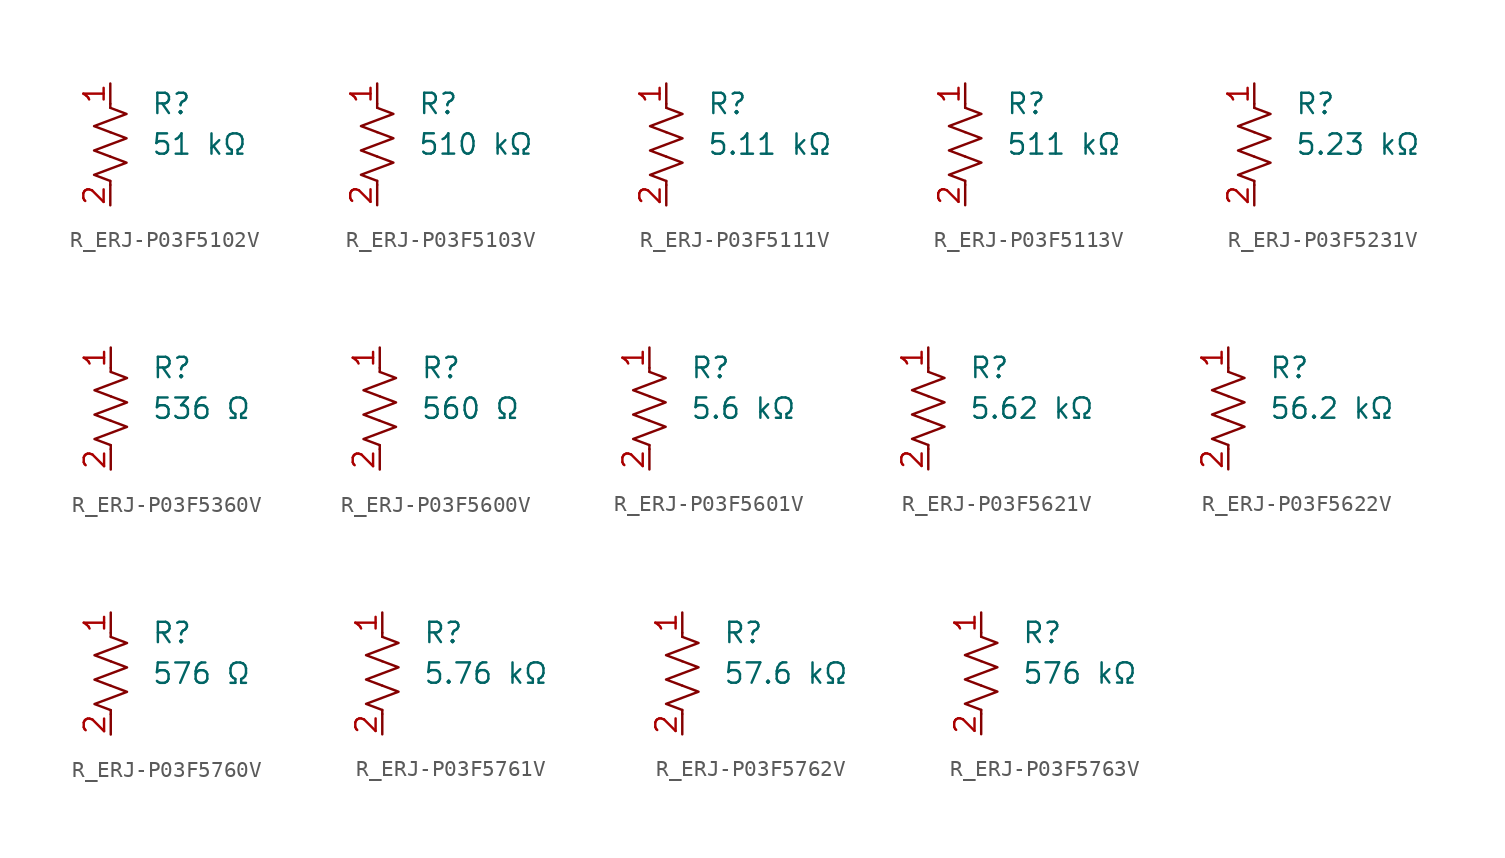
<source format=kicad_sym>
(kicad_symbol_lib
  (version 20231120)
  (generator "kicad_symbol_editor")
  (generator_version "8.0")
  (symbol "R_ERJ-P03F5102V"
    (pin_names
      (offset 0.254))
    (property "Value" "51 kΩ"
      (at 2.54 0 0)
      (effects (font (size 1.27 1.27)) (justify left)))
    (property "Reference" "R"
      (at 2.54 2.54 0)
      (effects (font (size 1.27 1.27)) (justify left)))
    (symbol "R_ERJ-P03F5102V_0_1"
      (polyline (pts (xy 0 -2.286) (xy 0 -2.54)) (stroke (width 0) (type default)) (fill (type none)))
      (polyline (pts (xy 0 2.286) (xy 0 2.54)) (stroke (width 0) (type default)) (fill (type none)))
      (polyline (pts (xy 0 -0.762) (xy 1.016 -1.143) (xy 0 -1.524) (xy -1.016 -1.905) (xy 0 -2.286)) (stroke (width 0) (type default)) (fill (type none)))
      (polyline (pts (xy 0 0.762) (xy 1.016 0.381) (xy 0 0) (xy -1.016 -0.381) (xy 0 -0.762)) (stroke (width 0) (type default)) (fill (type none)))
      (polyline (pts (xy 0 2.286) (xy 1.016 1.905) (xy 0 1.524) (xy -1.016 1.143) (xy 0 0.762)) (stroke (width 0) (type default)) (fill (type none))))
    (symbol "R_ERJ-P03F5102V_1_1"
      (pin passive line (at 0 3.81 270) (length 1.27) (name "~" (effects (font (size 1.27 1.27)))) (number "1" (effects (font (size 1.27 1.27)))))
      (pin passive line (at 0 -3.81 90) (length 1.27) (name "~" (effects (font (size 1.27 1.27)))) (number "2" (effects (font (size 1.27 1.27)))))))
  (symbol "R_ERJ-P03F5103V"
    (pin_names
      (offset 0.254))
    (property "Value" "510 kΩ"
      (at 2.54 0 0)
      (effects (font (size 1.27 1.27)) (justify left)))
    (property "Reference" "R"
      (at 2.54 2.54 0)
      (effects (font (size 1.27 1.27)) (justify left)))
    (symbol "R_ERJ-P03F5103V_0_1"
      (polyline (pts (xy 0 -2.286) (xy 0 -2.54)) (stroke (width 0) (type default)) (fill (type none)))
      (polyline (pts (xy 0 2.286) (xy 0 2.54)) (stroke (width 0) (type default)) (fill (type none)))
      (polyline (pts (xy 0 -0.762) (xy 1.016 -1.143) (xy 0 -1.524) (xy -1.016 -1.905) (xy 0 -2.286)) (stroke (width 0) (type default)) (fill (type none)))
      (polyline (pts (xy 0 0.762) (xy 1.016 0.381) (xy 0 0) (xy -1.016 -0.381) (xy 0 -0.762)) (stroke (width 0) (type default)) (fill (type none)))
      (polyline (pts (xy 0 2.286) (xy 1.016 1.905) (xy 0 1.524) (xy -1.016 1.143) (xy 0 0.762)) (stroke (width 0) (type default)) (fill (type none))))
    (symbol "R_ERJ-P03F5103V_1_1"
      (pin passive line (at 0 3.81 270) (length 1.27) (name "~" (effects (font (size 1.27 1.27)))) (number "1" (effects (font (size 1.27 1.27)))))
      (pin passive line (at 0 -3.81 90) (length 1.27) (name "~" (effects (font (size 1.27 1.27)))) (number "2" (effects (font (size 1.27 1.27)))))))
  (symbol "R_ERJ-P03F5111V"
    (pin_names
      (offset 0.254))
    (property "Value" "5.11 kΩ"
      (at 2.54 0 0)
      (effects (font (size 1.27 1.27)) (justify left)))
    (property "Reference" "R"
      (at 2.54 2.54 0)
      (effects (font (size 1.27 1.27)) (justify left)))
    (symbol "R_ERJ-P03F5111V_0_1"
      (polyline (pts (xy 0 -2.286) (xy 0 -2.54)) (stroke (width 0) (type default)) (fill (type none)))
      (polyline (pts (xy 0 2.286) (xy 0 2.54)) (stroke (width 0) (type default)) (fill (type none)))
      (polyline (pts (xy 0 -0.762) (xy 1.016 -1.143) (xy 0 -1.524) (xy -1.016 -1.905) (xy 0 -2.286)) (stroke (width 0) (type default)) (fill (type none)))
      (polyline (pts (xy 0 0.762) (xy 1.016 0.381) (xy 0 0) (xy -1.016 -0.381) (xy 0 -0.762)) (stroke (width 0) (type default)) (fill (type none)))
      (polyline (pts (xy 0 2.286) (xy 1.016 1.905) (xy 0 1.524) (xy -1.016 1.143) (xy 0 0.762)) (stroke (width 0) (type default)) (fill (type none))))
    (symbol "R_ERJ-P03F5111V_1_1"
      (pin passive line (at 0 3.81 270) (length 1.27) (name "~" (effects (font (size 1.27 1.27)))) (number "1" (effects (font (size 1.27 1.27)))))
      (pin passive line (at 0 -3.81 90) (length 1.27) (name "~" (effects (font (size 1.27 1.27)))) (number "2" (effects (font (size 1.27 1.27)))))))
  (symbol "R_ERJ-P03F5113V"
    (pin_names
      (offset 0.254))
    (property "Value" "511 kΩ"
      (at 2.54 0 0)
      (effects (font (size 1.27 1.27)) (justify left)))
    (property "Reference" "R"
      (at 2.54 2.54 0)
      (effects (font (size 1.27 1.27)) (justify left)))
    (symbol "R_ERJ-P03F5113V_0_1"
      (polyline (pts (xy 0 -2.286) (xy 0 -2.54)) (stroke (width 0) (type default)) (fill (type none)))
      (polyline (pts (xy 0 2.286) (xy 0 2.54)) (stroke (width 0) (type default)) (fill (type none)))
      (polyline (pts (xy 0 -0.762) (xy 1.016 -1.143) (xy 0 -1.524) (xy -1.016 -1.905) (xy 0 -2.286)) (stroke (width 0) (type default)) (fill (type none)))
      (polyline (pts (xy 0 0.762) (xy 1.016 0.381) (xy 0 0) (xy -1.016 -0.381) (xy 0 -0.762)) (stroke (width 0) (type default)) (fill (type none)))
      (polyline (pts (xy 0 2.286) (xy 1.016 1.905) (xy 0 1.524) (xy -1.016 1.143) (xy 0 0.762)) (stroke (width 0) (type default)) (fill (type none))))
    (symbol "R_ERJ-P03F5113V_1_1"
      (pin passive line (at 0 3.81 270) (length 1.27) (name "~" (effects (font (size 1.27 1.27)))) (number "1" (effects (font (size 1.27 1.27)))))
      (pin passive line (at 0 -3.81 90) (length 1.27) (name "~" (effects (font (size 1.27 1.27)))) (number "2" (effects (font (size 1.27 1.27)))))))
  (symbol "R_ERJ-P03F5231V"
    (pin_names
      (offset 0.254))
    (property "Value" "5.23 kΩ"
      (at 2.54 0 0)
      (effects (font (size 1.27 1.27)) (justify left)))
    (property "Reference" "R"
      (at 2.54 2.54 0)
      (effects (font (size 1.27 1.27)) (justify left)))
    (symbol "R_ERJ-P03F5231V_0_1"
      (polyline (pts (xy 0 -2.286) (xy 0 -2.54)) (stroke (width 0) (type default)) (fill (type none)))
      (polyline (pts (xy 0 2.286) (xy 0 2.54)) (stroke (width 0) (type default)) (fill (type none)))
      (polyline (pts (xy 0 -0.762) (xy 1.016 -1.143) (xy 0 -1.524) (xy -1.016 -1.905) (xy 0 -2.286)) (stroke (width 0) (type default)) (fill (type none)))
      (polyline (pts (xy 0 0.762) (xy 1.016 0.381) (xy 0 0) (xy -1.016 -0.381) (xy 0 -0.762)) (stroke (width 0) (type default)) (fill (type none)))
      (polyline (pts (xy 0 2.286) (xy 1.016 1.905) (xy 0 1.524) (xy -1.016 1.143) (xy 0 0.762)) (stroke (width 0) (type default)) (fill (type none))))
    (symbol "R_ERJ-P03F5231V_1_1"
      (pin passive line (at 0 3.81 270) (length 1.27) (name "~" (effects (font (size 1.27 1.27)))) (number "1" (effects (font (size 1.27 1.27)))))
      (pin passive line (at 0 -3.81 90) (length 1.27) (name "~" (effects (font (size 1.27 1.27)))) (number "2" (effects (font (size 1.27 1.27)))))))
  (symbol "R_ERJ-P03F5360V"
    (pin_names
      (offset 0.254))
    (property "Value" "536 Ω"
      (at 2.54 0 0)
      (effects (font (size 1.27 1.27)) (justify left)))
    (property "Reference" "R"
      (at 2.54 2.54 0)
      (effects (font (size 1.27 1.27)) (justify left)))
    (symbol "R_ERJ-P03F5360V_0_1"
      (polyline (pts (xy 0 -2.286) (xy 0 -2.54)) (stroke (width 0) (type default)) (fill (type none)))
      (polyline (pts (xy 0 2.286) (xy 0 2.54)) (stroke (width 0) (type default)) (fill (type none)))
      (polyline (pts (xy 0 -0.762) (xy 1.016 -1.143) (xy 0 -1.524) (xy -1.016 -1.905) (xy 0 -2.286)) (stroke (width 0) (type default)) (fill (type none)))
      (polyline (pts (xy 0 0.762) (xy 1.016 0.381) (xy 0 0) (xy -1.016 -0.381) (xy 0 -0.762)) (stroke (width 0) (type default)) (fill (type none)))
      (polyline (pts (xy 0 2.286) (xy 1.016 1.905) (xy 0 1.524) (xy -1.016 1.143) (xy 0 0.762)) (stroke (width 0) (type default)) (fill (type none))))
    (symbol "R_ERJ-P03F5360V_1_1"
      (pin passive line (at 0 3.81 270) (length 1.27) (name "~" (effects (font (size 1.27 1.27)))) (number "1" (effects (font (size 1.27 1.27)))))
      (pin passive line (at 0 -3.81 90) (length 1.27) (name "~" (effects (font (size 1.27 1.27)))) (number "2" (effects (font (size 1.27 1.27)))))))
  (symbol "R_ERJ-P03F5600V"
    (pin_names
      (offset 0.254))
    (property "Value" "560 Ω"
      (at 2.54 0 0)
      (effects (font (size 1.27 1.27)) (justify left)))
    (property "Reference" "R"
      (at 2.54 2.54 0)
      (effects (font (size 1.27 1.27)) (justify left)))
    (symbol "R_ERJ-P03F5600V_0_1"
      (polyline (pts (xy 0 -2.286) (xy 0 -2.54)) (stroke (width 0) (type default)) (fill (type none)))
      (polyline (pts (xy 0 2.286) (xy 0 2.54)) (stroke (width 0) (type default)) (fill (type none)))
      (polyline (pts (xy 0 -0.762) (xy 1.016 -1.143) (xy 0 -1.524) (xy -1.016 -1.905) (xy 0 -2.286)) (stroke (width 0) (type default)) (fill (type none)))
      (polyline (pts (xy 0 0.762) (xy 1.016 0.381) (xy 0 0) (xy -1.016 -0.381) (xy 0 -0.762)) (stroke (width 0) (type default)) (fill (type none)))
      (polyline (pts (xy 0 2.286) (xy 1.016 1.905) (xy 0 1.524) (xy -1.016 1.143) (xy 0 0.762)) (stroke (width 0) (type default)) (fill (type none))))
    (symbol "R_ERJ-P03F5600V_1_1"
      (pin passive line (at 0 3.81 270) (length 1.27) (name "~" (effects (font (size 1.27 1.27)))) (number "1" (effects (font (size 1.27 1.27)))))
      (pin passive line (at 0 -3.81 90) (length 1.27) (name "~" (effects (font (size 1.27 1.27)))) (number "2" (effects (font (size 1.27 1.27)))))))
  (symbol "R_ERJ-P03F5601V"
    (pin_names
      (offset 0.254))
    (property "Value" "5.6 kΩ"
      (at 2.54 0 0)
      (effects (font (size 1.27 1.27)) (justify left)))
    (property "Reference" "R"
      (at 2.54 2.54 0)
      (effects (font (size 1.27 1.27)) (justify left)))
    (symbol "R_ERJ-P03F5601V_0_1"
      (polyline (pts (xy 0 -2.286) (xy 0 -2.54)) (stroke (width 0) (type default)) (fill (type none)))
      (polyline (pts (xy 0 2.286) (xy 0 2.54)) (stroke (width 0) (type default)) (fill (type none)))
      (polyline (pts (xy 0 -0.762) (xy 1.016 -1.143) (xy 0 -1.524) (xy -1.016 -1.905) (xy 0 -2.286)) (stroke (width 0) (type default)) (fill (type none)))
      (polyline (pts (xy 0 0.762) (xy 1.016 0.381) (xy 0 0) (xy -1.016 -0.381) (xy 0 -0.762)) (stroke (width 0) (type default)) (fill (type none)))
      (polyline (pts (xy 0 2.286) (xy 1.016 1.905) (xy 0 1.524) (xy -1.016 1.143) (xy 0 0.762)) (stroke (width 0) (type default)) (fill (type none))))
    (symbol "R_ERJ-P03F5601V_1_1"
      (pin passive line (at 0 3.81 270) (length 1.27) (name "~" (effects (font (size 1.27 1.27)))) (number "1" (effects (font (size 1.27 1.27)))))
      (pin passive line (at 0 -3.81 90) (length 1.27) (name "~" (effects (font (size 1.27 1.27)))) (number "2" (effects (font (size 1.27 1.27)))))))
  (symbol "R_ERJ-P03F5621V"
    (pin_names
      (offset 0.254))
    (property "Value" "5.62 kΩ"
      (at 2.54 0 0)
      (effects (font (size 1.27 1.27)) (justify left)))
    (property "Reference" "R"
      (at 2.54 2.54 0)
      (effects (font (size 1.27 1.27)) (justify left)))
    (symbol "R_ERJ-P03F5621V_0_1"
      (polyline (pts (xy 0 -2.286) (xy 0 -2.54)) (stroke (width 0) (type default)) (fill (type none)))
      (polyline (pts (xy 0 2.286) (xy 0 2.54)) (stroke (width 0) (type default)) (fill (type none)))
      (polyline (pts (xy 0 -0.762) (xy 1.016 -1.143) (xy 0 -1.524) (xy -1.016 -1.905) (xy 0 -2.286)) (stroke (width 0) (type default)) (fill (type none)))
      (polyline (pts (xy 0 0.762) (xy 1.016 0.381) (xy 0 0) (xy -1.016 -0.381) (xy 0 -0.762)) (stroke (width 0) (type default)) (fill (type none)))
      (polyline (pts (xy 0 2.286) (xy 1.016 1.905) (xy 0 1.524) (xy -1.016 1.143) (xy 0 0.762)) (stroke (width 0) (type default)) (fill (type none))))
    (symbol "R_ERJ-P03F5621V_1_1"
      (pin passive line (at 0 3.81 270) (length 1.27) (name "~" (effects (font (size 1.27 1.27)))) (number "1" (effects (font (size 1.27 1.27)))))
      (pin passive line (at 0 -3.81 90) (length 1.27) (name "~" (effects (font (size 1.27 1.27)))) (number "2" (effects (font (size 1.27 1.27)))))))
  (symbol "R_ERJ-P03F5622V"
    (pin_names
      (offset 0.254))
    (property "Value" "56.2 kΩ"
      (at 2.54 0 0)
      (effects (font (size 1.27 1.27)) (justify left)))
    (property "Reference" "R"
      (at 2.54 2.54 0)
      (effects (font (size 1.27 1.27)) (justify left)))
    (symbol "R_ERJ-P03F5622V_0_1"
      (polyline (pts (xy 0 -2.286) (xy 0 -2.54)) (stroke (width 0) (type default)) (fill (type none)))
      (polyline (pts (xy 0 2.286) (xy 0 2.54)) (stroke (width 0) (type default)) (fill (type none)))
      (polyline (pts (xy 0 -0.762) (xy 1.016 -1.143) (xy 0 -1.524) (xy -1.016 -1.905) (xy 0 -2.286)) (stroke (width 0) (type default)) (fill (type none)))
      (polyline (pts (xy 0 0.762) (xy 1.016 0.381) (xy 0 0) (xy -1.016 -0.381) (xy 0 -0.762)) (stroke (width 0) (type default)) (fill (type none)))
      (polyline (pts (xy 0 2.286) (xy 1.016 1.905) (xy 0 1.524) (xy -1.016 1.143) (xy 0 0.762)) (stroke (width 0) (type default)) (fill (type none))))
    (symbol "R_ERJ-P03F5622V_1_1"
      (pin passive line (at 0 3.81 270) (length 1.27) (name "~" (effects (font (size 1.27 1.27)))) (number "1" (effects (font (size 1.27 1.27)))))
      (pin passive line (at 0 -3.81 90) (length 1.27) (name "~" (effects (font (size 1.27 1.27)))) (number "2" (effects (font (size 1.27 1.27)))))))
  (symbol "R_ERJ-P03F5760V"
    (pin_names
      (offset 0.254))
    (property "Value" "576 Ω"
      (at 2.54 0 0)
      (effects (font (size 1.27 1.27)) (justify left)))
    (property "Reference" "R"
      (at 2.54 2.54 0)
      (effects (font (size 1.27 1.27)) (justify left)))
    (symbol "R_ERJ-P03F5760V_0_1"
      (polyline (pts (xy 0 -2.286) (xy 0 -2.54)) (stroke (width 0) (type default)) (fill (type none)))
      (polyline (pts (xy 0 2.286) (xy 0 2.54)) (stroke (width 0) (type default)) (fill (type none)))
      (polyline (pts (xy 0 -0.762) (xy 1.016 -1.143) (xy 0 -1.524) (xy -1.016 -1.905) (xy 0 -2.286)) (stroke (width 0) (type default)) (fill (type none)))
      (polyline (pts (xy 0 0.762) (xy 1.016 0.381) (xy 0 0) (xy -1.016 -0.381) (xy 0 -0.762)) (stroke (width 0) (type default)) (fill (type none)))
      (polyline (pts (xy 0 2.286) (xy 1.016 1.905) (xy 0 1.524) (xy -1.016 1.143) (xy 0 0.762)) (stroke (width 0) (type default)) (fill (type none))))
    (symbol "R_ERJ-P03F5760V_1_1"
      (pin passive line (at 0 3.81 270) (length 1.27) (name "~" (effects (font (size 1.27 1.27)))) (number "1" (effects (font (size 1.27 1.27)))))
      (pin passive line (at 0 -3.81 90) (length 1.27) (name "~" (effects (font (size 1.27 1.27)))) (number "2" (effects (font (size 1.27 1.27)))))))
  (symbol "R_ERJ-P03F5761V"
    (pin_names
      (offset 0.254))
    (property "Value" "5.76 kΩ"
      (at 2.54 0 0)
      (effects (font (size 1.27 1.27)) (justify left)))
    (property "Reference" "R"
      (at 2.54 2.54 0)
      (effects (font (size 1.27 1.27)) (justify left)))
    (symbol "R_ERJ-P03F5761V_0_1"
      (polyline (pts (xy 0 -2.286) (xy 0 -2.54)) (stroke (width 0) (type default)) (fill (type none)))
      (polyline (pts (xy 0 2.286) (xy 0 2.54)) (stroke (width 0) (type default)) (fill (type none)))
      (polyline (pts (xy 0 -0.762) (xy 1.016 -1.143) (xy 0 -1.524) (xy -1.016 -1.905) (xy 0 -2.286)) (stroke (width 0) (type default)) (fill (type none)))
      (polyline (pts (xy 0 0.762) (xy 1.016 0.381) (xy 0 0) (xy -1.016 -0.381) (xy 0 -0.762)) (stroke (width 0) (type default)) (fill (type none)))
      (polyline (pts (xy 0 2.286) (xy 1.016 1.905) (xy 0 1.524) (xy -1.016 1.143) (xy 0 0.762)) (stroke (width 0) (type default)) (fill (type none))))
    (symbol "R_ERJ-P03F5761V_1_1"
      (pin passive line (at 0 3.81 270) (length 1.27) (name "~" (effects (font (size 1.27 1.27)))) (number "1" (effects (font (size 1.27 1.27)))))
      (pin passive line (at 0 -3.81 90) (length 1.27) (name "~" (effects (font (size 1.27 1.27)))) (number "2" (effects (font (size 1.27 1.27)))))))
  (symbol "R_ERJ-P03F5762V"
    (pin_names
      (offset 0.254))
    (property "Value" "57.6 kΩ"
      (at 2.54 0 0)
      (effects (font (size 1.27 1.27)) (justify left)))
    (property "Reference" "R"
      (at 2.54 2.54 0)
      (effects (font (size 1.27 1.27)) (justify left)))
    (symbol "R_ERJ-P03F5762V_0_1"
      (polyline (pts (xy 0 -2.286) (xy 0 -2.54)) (stroke (width 0) (type default)) (fill (type none)))
      (polyline (pts (xy 0 2.286) (xy 0 2.54)) (stroke (width 0) (type default)) (fill (type none)))
      (polyline (pts (xy 0 -0.762) (xy 1.016 -1.143) (xy 0 -1.524) (xy -1.016 -1.905) (xy 0 -2.286)) (stroke (width 0) (type default)) (fill (type none)))
      (polyline (pts (xy 0 0.762) (xy 1.016 0.381) (xy 0 0) (xy -1.016 -0.381) (xy 0 -0.762)) (stroke (width 0) (type default)) (fill (type none)))
      (polyline (pts (xy 0 2.286) (xy 1.016 1.905) (xy 0 1.524) (xy -1.016 1.143) (xy 0 0.762)) (stroke (width 0) (type default)) (fill (type none))))
    (symbol "R_ERJ-P03F5762V_1_1"
      (pin passive line (at 0 3.81 270) (length 1.27) (name "~" (effects (font (size 1.27 1.27)))) (number "1" (effects (font (size 1.27 1.27)))))
      (pin passive line (at 0 -3.81 90) (length 1.27) (name "~" (effects (font (size 1.27 1.27)))) (number "2" (effects (font (size 1.27 1.27)))))))
  (symbol "R_ERJ-P03F5763V"
    (pin_names
      (offset 0.254))
    (property "Value" "576 kΩ"
      (at 2.54 0 0)
      (effects (font (size 1.27 1.27)) (justify left)))
    (property "Reference" "R"
      (at 2.54 2.54 0)
      (effects (font (size 1.27 1.27)) (justify left)))
    (symbol "R_ERJ-P03F5763V_0_1"
      (polyline (pts (xy 0 -2.286) (xy 0 -2.54)) (stroke (width 0) (type default)) (fill (type none)))
      (polyline (pts (xy 0 2.286) (xy 0 2.54)) (stroke (width 0) (type default)) (fill (type none)))
      (polyline (pts (xy 0 -0.762) (xy 1.016 -1.143) (xy 0 -1.524) (xy -1.016 -1.905) (xy 0 -2.286)) (stroke (width 0) (type default)) (fill (type none)))
      (polyline (pts (xy 0 0.762) (xy 1.016 0.381) (xy 0 0) (xy -1.016 -0.381) (xy 0 -0.762)) (stroke (width 0) (type default)) (fill (type none)))
      (polyline (pts (xy 0 2.286) (xy 1.016 1.905) (xy 0 1.524) (xy -1.016 1.143) (xy 0 0.762)) (stroke (width 0) (type default)) (fill (type none))))
    (symbol "R_ERJ-P03F5763V_1_1"
      (pin passive line (at 0 3.81 270) (length 1.27) (name "~" (effects (font (size 1.27 1.27)))) (number "1" (effects (font (size 1.27 1.27)))))
      (pin passive line (at 0 -3.81 90) (length 1.27) (name "~" (effects (font (size 1.27 1.27)))) (number "2" (effects (font (size 1.27 1.27))))))))
</source>
